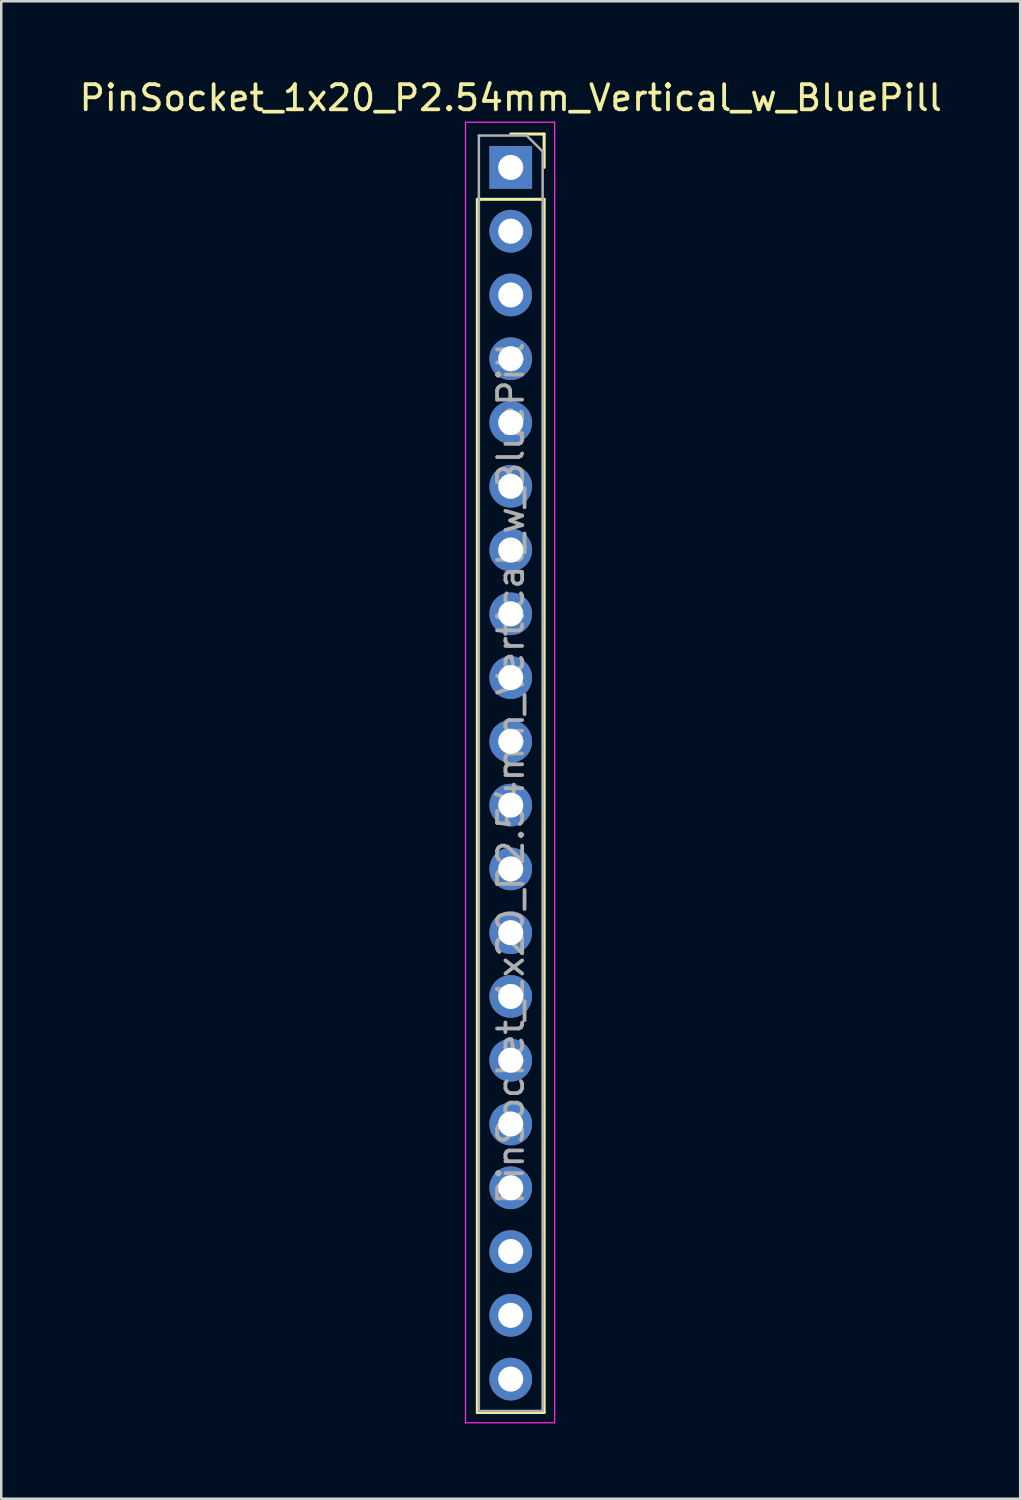
<source format=kicad_pcb>
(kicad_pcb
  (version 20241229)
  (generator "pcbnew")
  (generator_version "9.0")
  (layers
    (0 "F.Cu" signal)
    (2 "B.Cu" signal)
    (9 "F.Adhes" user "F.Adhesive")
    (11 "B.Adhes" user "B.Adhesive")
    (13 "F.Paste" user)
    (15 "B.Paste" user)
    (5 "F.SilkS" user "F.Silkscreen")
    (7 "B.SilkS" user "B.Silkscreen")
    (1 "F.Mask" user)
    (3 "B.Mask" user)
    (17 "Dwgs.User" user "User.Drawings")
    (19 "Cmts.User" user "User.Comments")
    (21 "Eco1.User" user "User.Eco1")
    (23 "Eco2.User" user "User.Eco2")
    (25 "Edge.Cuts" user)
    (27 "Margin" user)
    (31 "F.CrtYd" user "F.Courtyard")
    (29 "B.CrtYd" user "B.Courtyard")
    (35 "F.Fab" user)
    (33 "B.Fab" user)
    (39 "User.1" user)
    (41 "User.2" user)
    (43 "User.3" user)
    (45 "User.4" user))
  (footprint "PinSocket_1x20_P2.54mm_Vertical_w_BluePill"
    (layer "F.Cu")
    (at 17.292 3.618)
    (property "Reference" "PinSocket_1x20_P2.54mm_Vertical_w_BluePill" (at 0 -2.77 0) (layer "F.SilkS") (effects (font (size 1 1) (thickness 0.15))))
    (attr through_hole)
    (fp_line (start -1.33 1.27) (end -1.33 49.59) (stroke (width 0.12) (type solid)) (layer "F.SilkS"))
    (fp_line (start -1.33 1.27) (end 1.33 1.27) (stroke (width 0.12) (type solid)) (layer "F.SilkS"))
    (fp_line (start -1.33 49.59) (end 1.33 49.59) (stroke (width 0.12) (type solid)) (layer "F.SilkS"))
    (fp_line (start 0 -1.33) (end 1.33 -1.33) (stroke (width 0.12) (type solid)) (layer "F.SilkS"))
    (fp_line (start 1.33 -1.33) (end 1.33 0) (stroke (width 0.12) (type solid)) (layer "F.SilkS"))
    (fp_line (start 1.33 1.27) (end 1.33 49.59) (stroke (width 0.12) (type solid)) (layer "F.SilkS"))
    (fp_line (start -1.8 -1.8) (end 1.75 -1.8) (stroke (width 0.05) (type solid)) (layer "F.CrtYd"))
    (fp_line (start -1.8 50) (end -1.8 -1.8) (stroke (width 0.05) (type solid)) (layer "F.CrtYd"))
    (fp_line (start 1.75 -1.8) (end 1.75 50) (stroke (width 0.05) (type solid)) (layer "F.CrtYd"))
    (fp_line (start 1.75 50) (end -1.8 50) (stroke (width 0.05) (type solid)) (layer "F.CrtYd"))
    (fp_line (start -1.27 -1.27) (end 0.635 -1.27) (stroke (width 0.1) (type solid)) (layer "F.Fab"))
    (fp_line (start -1.27 49.53) (end -1.27 -1.27) (stroke (width 0.1) (type solid)) (layer "F.Fab"))
    (fp_line (start 0.635 -1.27) (end 1.27 -0.635) (stroke (width 0.1) (type solid)) (layer "F.Fab"))
    (fp_line (start 1.27 -0.635) (end 1.27 49.53) (stroke (width 0.1) (type solid)) (layer "F.Fab"))
    (fp_line (start 1.27 49.53) (end -1.27 49.53) (stroke (width 0.1) (type solid)) (layer "F.Fab"))
    (fp_text user "${REFERENCE}" (at 0 24.13 90) (layer "F.Fab") (effects (font (size 1 1) (thickness 0.15))))
    (pad "1" thru_hole rect (at 0 0) (size 1.7 1.7) (drill 1) (layers "*.Cu" "*.Mask"))
    (pad "2" thru_hole oval (at 0 2.54) (size 1.7 1.7) (drill 1) (layers "*.Cu" "*.Mask"))
    (pad "3" thru_hole oval (at 0 5.08) (size 1.7 1.7) (drill 1) (layers "*.Cu" "*.Mask"))
    (pad "4" thru_hole oval (at 0 7.62) (size 1.7 1.7) (drill 1) (layers "*.Cu" "*.Mask"))
    (pad "5" thru_hole oval (at 0 10.16) (size 1.7 1.7) (drill 1) (layers "*.Cu" "*.Mask"))
    (pad "6" thru_hole oval (at 0 12.7) (size 1.7 1.7) (drill 1) (layers "*.Cu" "*.Mask"))
    (pad "7" thru_hole oval (at 0 15.24) (size 1.7 1.7) (drill 1) (layers "*.Cu" "*.Mask"))
    (pad "8" thru_hole oval (at 0 17.78) (size 1.7 1.7) (drill 1) (layers "*.Cu" "*.Mask"))
    (pad "9" thru_hole oval (at 0 20.32) (size 1.7 1.7) (drill 1) (layers "*.Cu" "*.Mask"))
    (pad "10" thru_hole oval (at 0 22.86) (size 1.7 1.7) (drill 1) (layers "*.Cu" "*.Mask"))
    (pad "11" thru_hole oval (at 0 25.4) (size 1.7 1.7) (drill 1) (layers "*.Cu" "*.Mask"))
    (pad "12" thru_hole oval (at 0 27.94) (size 1.7 1.7) (drill 1) (layers "*.Cu" "*.Mask"))
    (pad "13" thru_hole oval (at 0 30.48) (size 1.7 1.7) (drill 1) (layers "*.Cu" "*.Mask"))
    (pad "14" thru_hole oval (at 0 33.02) (size 1.7 1.7) (drill 1) (layers "*.Cu" "*.Mask"))
    (pad "15" thru_hole oval (at 0 35.56) (size 1.7 1.7) (drill 1) (layers "*.Cu" "*.Mask"))
    (pad "16" thru_hole oval (at 0 38.1) (size 1.7 1.7) (drill 1) (layers "*.Cu" "*.Mask"))
    (pad "17" thru_hole oval (at 0 40.64) (size 1.7 1.7) (drill 1) (layers "*.Cu" "*.Mask"))
    (pad "18" thru_hole oval (at 0 43.18) (size 1.7 1.7) (drill 1) (layers "*.Cu" "*.Mask"))
    (pad "19" thru_hole oval (at 0 45.72) (size 1.7 1.7) (drill 1) (layers "*.Cu" "*.Mask"))
    (pad "20" thru_hole oval (at 0 48.26) (size 1.7 1.7) (drill 1) (layers "*.Cu" "*.Mask")))
  (gr_rect
    (start -3 -3)
    (end 37.583 56.643)
    (stroke (width 0.1) (type default))
    (fill no)
    (layer "Edge.Cuts")))
</source>
